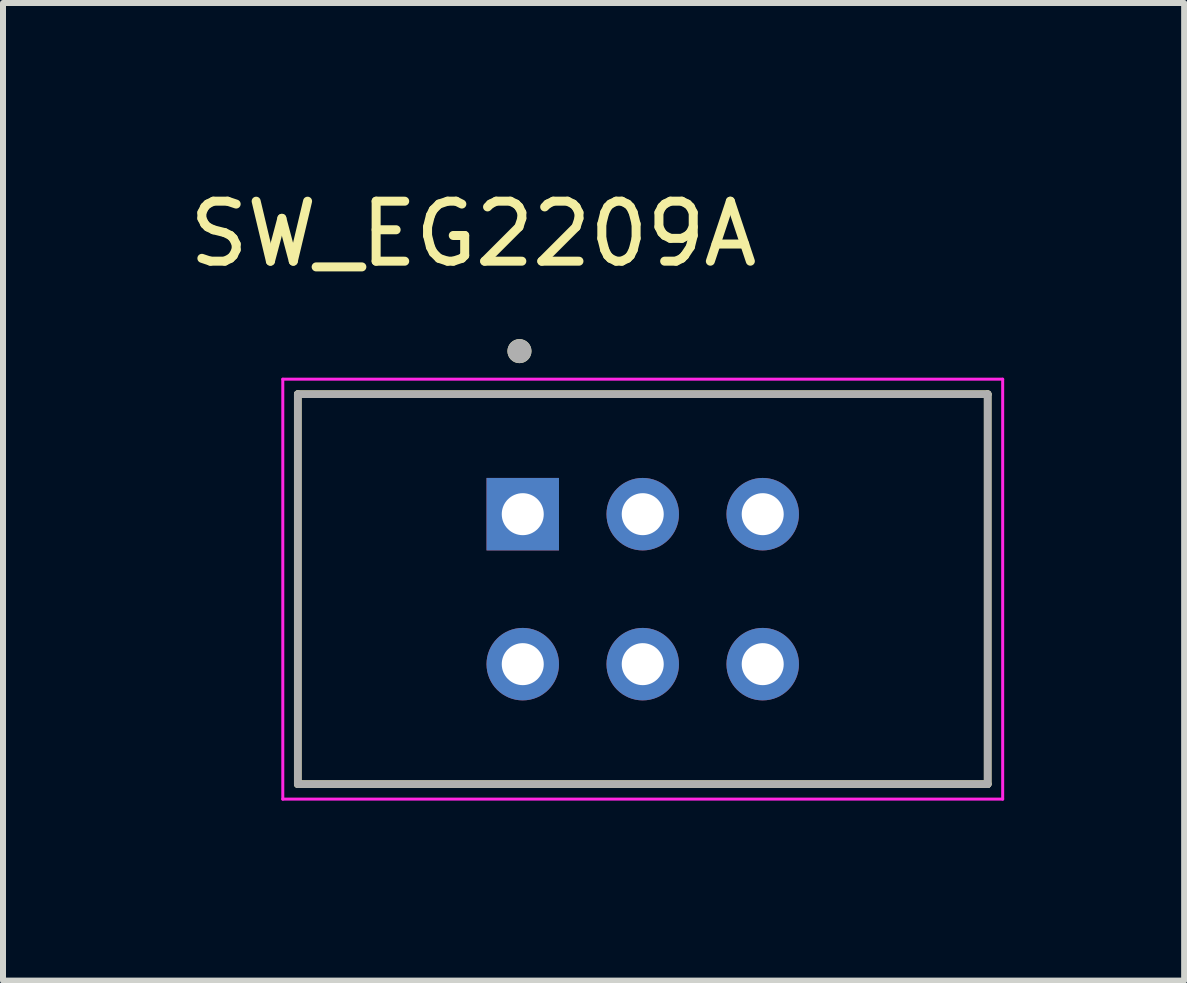
<source format=kicad_pcb>
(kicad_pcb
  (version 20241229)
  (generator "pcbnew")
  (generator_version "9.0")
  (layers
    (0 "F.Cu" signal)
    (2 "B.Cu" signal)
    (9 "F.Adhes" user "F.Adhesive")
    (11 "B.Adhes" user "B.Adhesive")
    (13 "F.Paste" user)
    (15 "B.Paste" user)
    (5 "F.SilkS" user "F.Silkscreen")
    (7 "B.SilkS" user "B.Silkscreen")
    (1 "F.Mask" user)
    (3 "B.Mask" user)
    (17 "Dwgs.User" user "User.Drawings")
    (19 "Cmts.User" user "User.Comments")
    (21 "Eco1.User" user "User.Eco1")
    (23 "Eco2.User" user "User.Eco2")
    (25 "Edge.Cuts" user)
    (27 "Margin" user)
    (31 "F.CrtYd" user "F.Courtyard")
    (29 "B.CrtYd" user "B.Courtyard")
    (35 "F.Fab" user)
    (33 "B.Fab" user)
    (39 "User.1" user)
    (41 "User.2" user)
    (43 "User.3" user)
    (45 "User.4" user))
  (footprint "SW_EG2209A"
    (layer "F.Cu")
    (at 7.664 6.771)
    (property "Reference" "SW_EG2209A" (at -2.825 -5.922 0) (layer "F.SilkS") (effects (font (size 1 1) (thickness 0.15))))
    (attr through_hole)
    (fp_line (start -5.75 -3.25) (end -5.75 3.25) (stroke (width 0.127) (type solid)) (layer "F.SilkS"))
    (fp_line (start -5.75 3.25) (end 5.75 3.25) (stroke (width 0.127) (type solid)) (layer "F.SilkS"))
    (fp_line (start 5.75 -3.25) (end -5.75 -3.25) (stroke (width 0.127) (type solid)) (layer "F.SilkS"))
    (fp_line (start 5.75 3.25) (end 5.75 -3.25) (stroke (width 0.127) (type solid)) (layer "F.SilkS"))
    (fp_circle (center -2.055 -3.968) (end -1.955 -3.968) (stroke (width 0.2) (type solid)) (fill no) (layer "F.SilkS"))
    (fp_line (start -6 -3.5) (end -6 3.5) (stroke (width 0.05) (type solid)) (layer "F.CrtYd"))
    (fp_line (start -6 3.5) (end 6 3.5) (stroke (width 0.05) (type solid)) (layer "F.CrtYd"))
    (fp_line (start 6 -3.5) (end -6 -3.5) (stroke (width 0.05) (type solid)) (layer "F.CrtYd"))
    (fp_line (start 6 3.5) (end 6 -3.5) (stroke (width 0.05) (type solid)) (layer "F.CrtYd"))
    (fp_line (start -5.75 -3.25) (end -5.75 3.25) (stroke (width 0.127) (type solid)) (layer "F.Fab"))
    (fp_line (start -5.75 3.25) (end 5.75 3.25) (stroke (width 0.127) (type solid)) (layer "F.Fab"))
    (fp_line (start 5.75 -3.25) (end -5.75 -3.25) (stroke (width 0.127) (type solid)) (layer "F.Fab"))
    (fp_line (start 5.75 3.25) (end 5.75 -3.25) (stroke (width 0.127) (type solid)) (layer "F.Fab"))
    (fp_circle (center -2.055 -3.968) (end -1.955 -3.968) (stroke (width 0.2) (type solid)) (fill no) (layer "F.Fab"))
    (pad "1" thru_hole rect (at -2 -1.25) (size 1.208 1.208) (drill 0.7) (layers "*.Cu" "*.Mask"))
    (pad "2" thru_hole circle (at 0 -1.25) (size 1.208 1.208) (drill 0.7) (layers "*.Cu" "*.Mask"))
    (pad "3" thru_hole circle (at 2 -1.25) (size 1.208 1.208) (drill 0.7) (layers "*.Cu" "*.Mask"))
    (pad "4" thru_hole circle (at -2 1.25) (size 1.208 1.208) (drill 0.7) (layers "*.Cu" "*.Mask"))
    (pad "5" thru_hole circle (at 0 1.25) (size 1.208 1.208) (drill 0.7) (layers "*.Cu" "*.Mask"))
    (pad "6" thru_hole circle (at 2 1.25) (size 1.208 1.208) (drill 0.7) (layers "*.Cu" "*.Mask")))
  (gr_rect
    (start -3 -3)
    (end 16.689 13.296)
    (stroke (width 0.1) (type default))
    (fill no)
    (layer "Edge.Cuts")))
</source>
